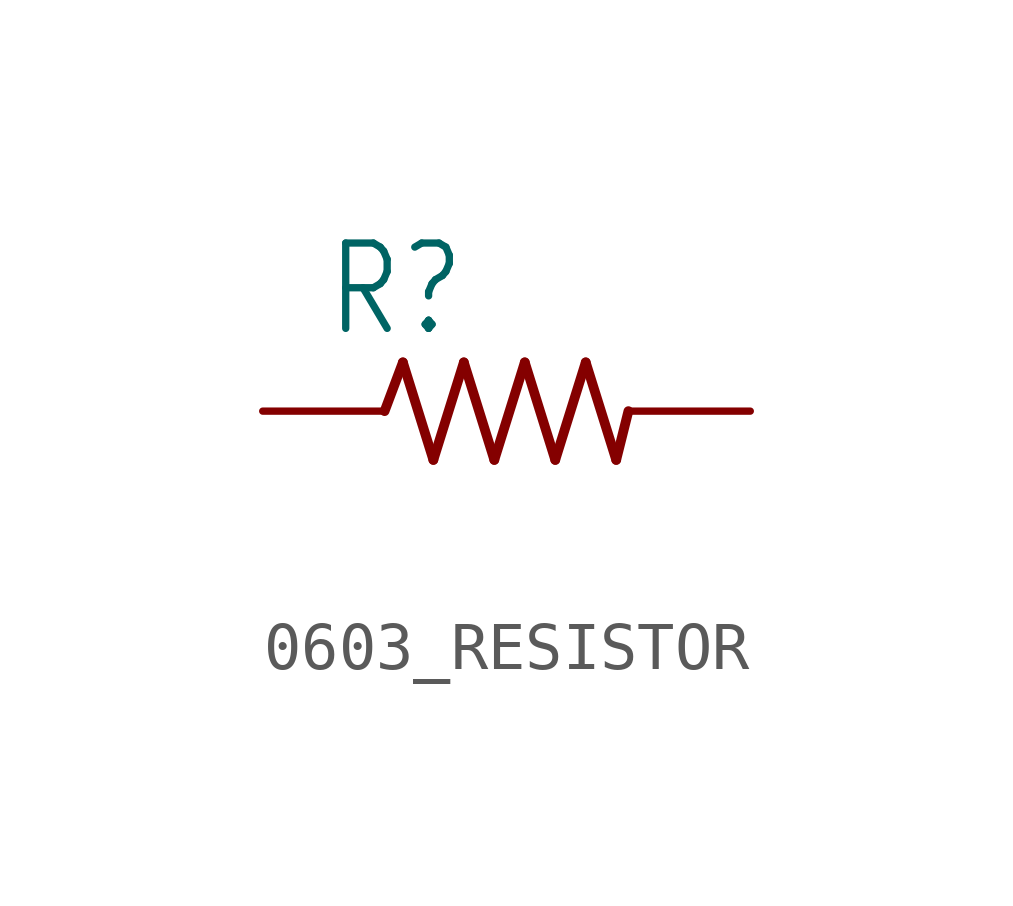
<source format=kicad_sym>
(kicad_symbol_lib
  (version 20231120)
  (generator "kicad_symbol_editor")
  (generator_version "8.0")
  (symbol "0603_RESISTOR"
    (property "Reference" "R"
      (at -3.81 1.499 0)
      (effects (font (size 1.778 1.511)) (justify left bottom)))
    (property "Value" ""
      (at -3.81 -3.302 0)
      (effects (font (size 1.778 1.511)) (justify left bottom)))
    (property "ki_locked" ""
      (at 0 0 0)
      (effects (font (size 1.27 1.27))))
    (symbol "0603_RESISTOR_1_0"
      (polyline (pts (xy -2.54 0) (xy -2.159 1.016)) (stroke (width 0.203) (type solid)) (fill (type none)))
      (polyline (pts (xy -2.159 1.016) (xy -1.524 -1.016)) (stroke (width 0.203) (type solid)) (fill (type none)))
      (polyline (pts (xy -1.524 -1.016) (xy -0.889 1.016)) (stroke (width 0.203) (type solid)) (fill (type none)))
      (polyline (pts (xy -0.889 1.016) (xy -0.254 -1.016)) (stroke (width 0.203) (type solid)) (fill (type none)))
      (polyline (pts (xy -0.254 -1.016) (xy 0.381 1.016)) (stroke (width 0.203) (type solid)) (fill (type none)))
      (polyline (pts (xy 0.381 1.016) (xy 1.016 -1.016)) (stroke (width 0.203) (type solid)) (fill (type none)))
      (polyline (pts (xy 1.016 -1.016) (xy 1.651 1.016)) (stroke (width 0.203) (type solid)) (fill (type none)))
      (polyline (pts (xy 1.651 1.016) (xy 2.286 -1.016)) (stroke (width 0.203) (type solid)) (fill (type none)))
      (polyline (pts (xy 2.286 -1.016) (xy 2.54 0)) (stroke (width 0.203) (type solid)) (fill (type none)))
      (pin passive line (at -5.08 0 0) (length 2.54) (name "1" (effects (font (size 0 0)))) (number "1" (effects (font (size 0 0)))))
      (pin passive line (at 5.08 0 180) (length 2.54) (name "2" (effects (font (size 0 0)))) (number "2" (effects (font (size 0 0))))))))
</source>
